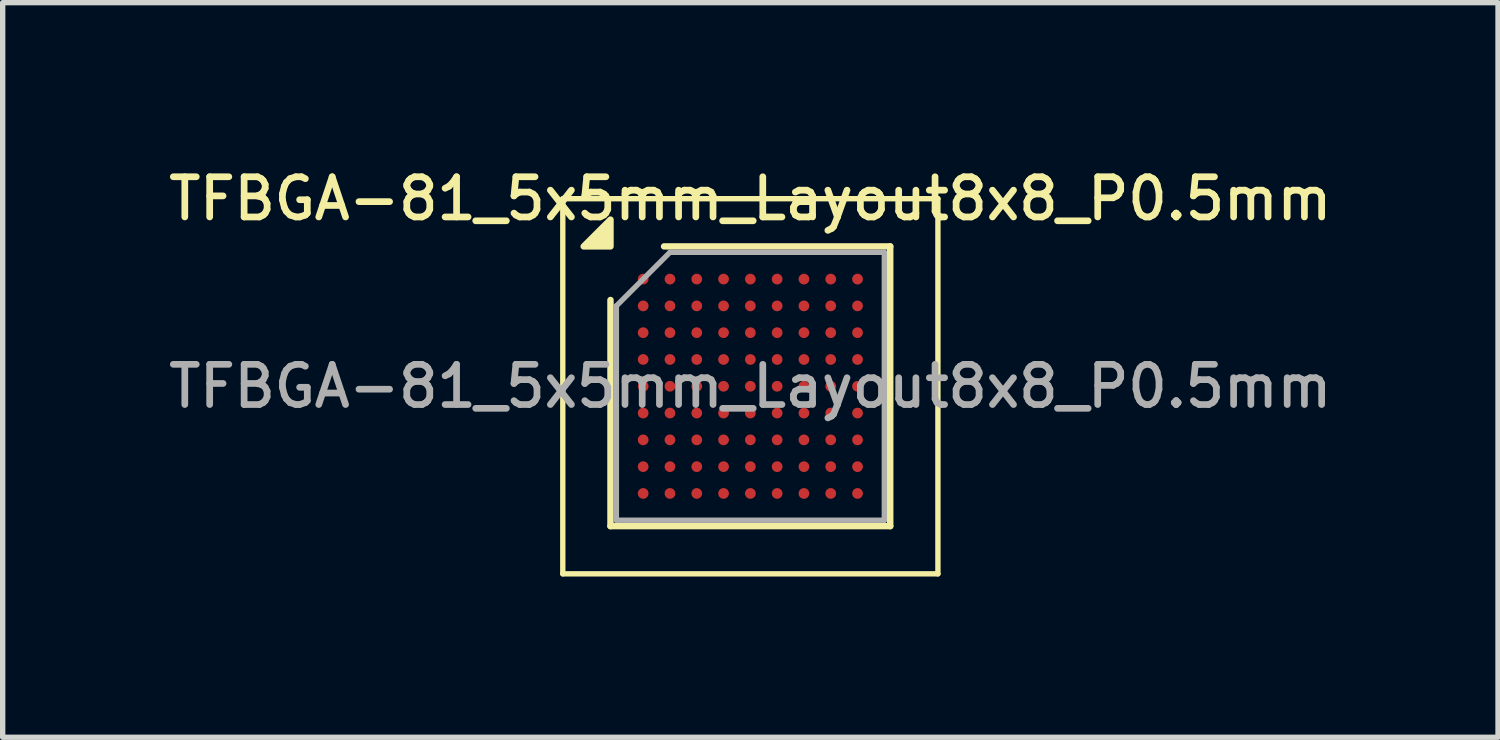
<source format=kicad_pcb>
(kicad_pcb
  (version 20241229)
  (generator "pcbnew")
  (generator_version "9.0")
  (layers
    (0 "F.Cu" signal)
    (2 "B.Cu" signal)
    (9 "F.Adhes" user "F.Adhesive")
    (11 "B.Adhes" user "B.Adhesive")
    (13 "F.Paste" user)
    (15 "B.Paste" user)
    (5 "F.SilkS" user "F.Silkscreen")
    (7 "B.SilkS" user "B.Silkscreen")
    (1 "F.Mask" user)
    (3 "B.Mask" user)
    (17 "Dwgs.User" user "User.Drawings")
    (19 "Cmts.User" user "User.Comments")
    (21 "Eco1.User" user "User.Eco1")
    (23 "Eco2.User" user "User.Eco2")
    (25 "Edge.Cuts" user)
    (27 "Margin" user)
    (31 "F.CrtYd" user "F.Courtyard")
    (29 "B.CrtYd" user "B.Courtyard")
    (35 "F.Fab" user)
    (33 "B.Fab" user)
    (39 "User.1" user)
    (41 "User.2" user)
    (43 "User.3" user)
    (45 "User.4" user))
  (footprint "TFBGA-81_5x5mm_Layout8x8_P0.5mm"
    (layer "F.Cu")
    (at 10.952 4.158)
    (property "Reference" "TFBGA-81_5x5mm_Layout8x8_P0.5mm" (at 0 -3.5 0) (layer "F.SilkS") (effects (font (size 0.75 0.75) (thickness 0.125))))
    (attr smd)
    (fp_line (start -3.5 -3.5) (end -3.5 3.5) (stroke (width 0.1) (type solid)) (layer "F.SilkS"))
    (fp_line (start -3.5 3.5) (end 3.5 3.5) (stroke (width 0.1) (type solid)) (layer "F.SilkS"))
    (fp_line (start -2.61 2.61) (end -2.61 -1.61) (stroke (width 0.12) (type solid)) (layer "F.SilkS"))
    (fp_line (start -1.61 -2.61) (end 2.61 -2.61) (stroke (width 0.12) (type solid)) (layer "F.SilkS"))
    (fp_line (start 2.61 -2.61) (end 2.61 2.61) (stroke (width 0.12) (type solid)) (layer "F.SilkS"))
    (fp_line (start 2.61 2.61) (end -2.61 2.61) (stroke (width 0.12) (type solid)) (layer "F.SilkS"))
    (fp_line (start 3.5 -3.5) (end -3.5 -3.5) (stroke (width 0.1) (type solid)) (layer "F.SilkS"))
    (fp_line (start 3.5 3.5) (end 3.5 -3.5) (stroke (width 0.1) (type solid)) (layer "F.SilkS"))
    (fp_poly (pts (xy -2.61 -2.61) (xy -3.11 -2.61) (xy -2.61 -3.11) (xy -2.61 -2.61)) (stroke (width 0.12) (type solid)) (fill yes) (layer "F.SilkS"))
    (fp_line (start -2.5 -1.5) (end -1.5 -2.5) (stroke (width 0.1) (type solid)) (layer "F.Fab"))
    (fp_line (start -2.5 2.5) (end -2.5 -1.5) (stroke (width 0.1) (type solid)) (layer "F.Fab"))
    (fp_line (start -1.5 -2.5) (end 2.5 -2.5) (stroke (width 0.1) (type solid)) (layer "F.Fab"))
    (fp_line (start 2.5 -2.5) (end 2.5 2.5) (stroke (width 0.1) (type solid)) (layer "F.Fab"))
    (fp_line (start 2.5 2.5) (end -2.5 2.5) (stroke (width 0.1) (type solid)) (layer "F.Fab"))
    (fp_text user "${REFERENCE}" (at 0 0 0) (layer "F.Fab") (effects (font (size 0.75 0.75) (thickness 0.125))))
    (pad "A1" smd circle (at -2 -2) (size 0.2 0.2) (property pad_prop_bga) (layers "F.Cu" "F.Mask" "F.Paste"))
    (pad "A2" smd circle (at -1.5 -2) (size 0.2 0.2) (property pad_prop_bga) (layers "F.Cu" "F.Mask" "F.Paste"))
    (pad "A3" smd circle (at -1 -2) (size 0.2 0.2) (property pad_prop_bga) (layers "F.Cu" "F.Mask" "F.Paste"))
    (pad "A4" smd circle (at -0.5 -2) (size 0.2 0.2) (property pad_prop_bga) (layers "F.Cu" "F.Mask" "F.Paste"))
    (pad "A5" smd circle (at 0 -2) (size 0.2 0.2) (property pad_prop_bga) (layers "F.Cu" "F.Mask" "F.Paste"))
    (pad "A6" smd circle (at 0.5 -2) (size 0.2 0.2) (property pad_prop_bga) (layers "F.Cu" "F.Mask" "F.Paste"))
    (pad "A7" smd circle (at 1 -2) (size 0.2 0.2) (property pad_prop_bga) (layers "F.Cu" "F.Mask" "F.Paste"))
    (pad "A8" smd circle (at 1.5 -2) (size 0.2 0.2) (property pad_prop_bga) (layers "F.Cu" "F.Mask" "F.Paste"))
    (pad "A9" smd circle (at 2 -2) (size 0.2 0.2) (property pad_prop_bga) (layers "F.Cu" "F.Mask" "F.Paste"))
    (pad "B1" smd circle (at -2 -1.5) (size 0.2 0.2) (property pad_prop_bga) (layers "F.Cu" "F.Mask" "F.Paste"))
    (pad "B2" smd circle (at -1.5 -1.5) (size 0.2 0.2) (property pad_prop_bga) (layers "F.Cu" "F.Mask" "F.Paste"))
    (pad "B3" smd circle (at -1 -1.5) (size 0.2 0.2) (property pad_prop_bga) (layers "F.Cu" "F.Mask" "F.Paste"))
    (pad "B4" smd circle (at -0.5 -1.5) (size 0.2 0.2) (property pad_prop_bga) (layers "F.Cu" "F.Mask" "F.Paste"))
    (pad "B5" smd circle (at 0 -1.5) (size 0.2 0.2) (property pad_prop_bga) (layers "F.Cu" "F.Mask" "F.Paste"))
    (pad "B6" smd circle (at 0.5 -1.5) (size 0.2 0.2) (property pad_prop_bga) (layers "F.Cu" "F.Mask" "F.Paste"))
    (pad "B7" smd circle (at 1 -1.5) (size 0.2 0.2) (property pad_prop_bga) (layers "F.Cu" "F.Mask" "F.Paste"))
    (pad "B8" smd circle (at 1.5 -1.5) (size 0.2 0.2) (property pad_prop_bga) (layers "F.Cu" "F.Mask" "F.Paste"))
    (pad "B9" smd circle (at 2 -1.5) (size 0.2 0.2) (property pad_prop_bga) (layers "F.Cu" "F.Mask" "F.Paste"))
    (pad "C1" smd circle (at -2 -1) (size 0.2 0.2) (property pad_prop_bga) (layers "F.Cu" "F.Mask" "F.Paste"))
    (pad "C2" smd circle (at -1.5 -1) (size 0.2 0.2) (property pad_prop_bga) (layers "F.Cu" "F.Mask" "F.Paste"))
    (pad "C3" smd circle (at -1 -1) (size 0.2 0.2) (property pad_prop_bga) (layers "F.Cu" "F.Mask" "F.Paste"))
    (pad "C4" smd circle (at -0.5 -1) (size 0.2 0.2) (property pad_prop_bga) (layers "F.Cu" "F.Mask" "F.Paste"))
    (pad "C5" smd circle (at 0 -1) (size 0.2 0.2) (property pad_prop_bga) (layers "F.Cu" "F.Mask" "F.Paste"))
    (pad "C6" smd circle (at 0.5 -1) (size 0.2 0.2) (property pad_prop_bga) (layers "F.Cu" "F.Mask" "F.Paste"))
    (pad "C7" smd circle (at 1 -1) (size 0.2 0.2) (property pad_prop_bga) (layers "F.Cu" "F.Mask" "F.Paste"))
    (pad "C8" smd circle (at 1.5 -1) (size 0.2 0.2) (property pad_prop_bga) (layers "F.Cu" "F.Mask" "F.Paste"))
    (pad "C9" smd circle (at 2 -1) (size 0.2 0.2) (property pad_prop_bga) (layers "F.Cu" "F.Mask" "F.Paste"))
    (pad "D1" smd circle (at -2 -0.5) (size 0.2 0.2) (property pad_prop_bga) (layers "F.Cu" "F.Mask" "F.Paste"))
    (pad "D2" smd circle (at -1.5 -0.5) (size 0.2 0.2) (property pad_prop_bga) (layers "F.Cu" "F.Mask" "F.Paste"))
    (pad "D3" smd circle (at -1 -0.5) (size 0.2 0.2) (property pad_prop_bga) (layers "F.Cu" "F.Mask" "F.Paste"))
    (pad "D4" smd circle (at -0.5 -0.5) (size 0.2 0.2) (property pad_prop_bga) (layers "F.Cu" "F.Mask" "F.Paste"))
    (pad "D5" smd circle (at 0 -0.5) (size 0.2 0.2) (property pad_prop_bga) (layers "F.Cu" "F.Mask" "F.Paste"))
    (pad "D6" smd circle (at 0.5 -0.5) (size 0.2 0.2) (property pad_prop_bga) (layers "F.Cu" "F.Mask" "F.Paste"))
    (pad "D7" smd circle (at 1 -0.5) (size 0.2 0.2) (property pad_prop_bga) (layers "F.Cu" "F.Mask" "F.Paste"))
    (pad "D8" smd circle (at 1.5 -0.5) (size 0.2 0.2) (property pad_prop_bga) (layers "F.Cu" "F.Mask" "F.Paste"))
    (pad "D9" smd circle (at 2 -0.5) (size 0.2 0.2) (property pad_prop_bga) (layers "F.Cu" "F.Mask" "F.Paste"))
    (pad "E1" smd circle (at -2 0) (size 0.2 0.2) (property pad_prop_bga) (layers "F.Cu" "F.Mask" "F.Paste"))
    (pad "E2" smd circle (at -1.5 0) (size 0.2 0.2) (property pad_prop_bga) (layers "F.Cu" "F.Mask" "F.Paste"))
    (pad "E3" smd circle (at -1 0) (size 0.2 0.2) (property pad_prop_bga) (layers "F.Cu" "F.Mask" "F.Paste"))
    (pad "E4" smd circle (at -0.5 0) (size 0.2 0.2) (property pad_prop_bga) (layers "F.Cu" "F.Mask" "F.Paste"))
    (pad "E5" smd circle (at 0 0) (size 0.2 0.2) (property pad_prop_bga) (layers "F.Cu" "F.Mask" "F.Paste"))
    (pad "E6" smd circle (at 0.5 0) (size 0.2 0.2) (property pad_prop_bga) (layers "F.Cu" "F.Mask" "F.Paste"))
    (pad "E7" smd circle (at 1 0) (size 0.2 0.2) (property pad_prop_bga) (layers "F.Cu" "F.Mask" "F.Paste"))
    (pad "E8" smd circle (at 1.5 0) (size 0.2 0.2) (property pad_prop_bga) (layers "F.Cu" "F.Mask" "F.Paste"))
    (pad "E9" smd circle (at 2 0) (size 0.2 0.2) (property pad_prop_bga) (layers "F.Cu" "F.Mask" "F.Paste"))
    (pad "F1" smd circle (at -2 0.5) (size 0.2 0.2) (property pad_prop_bga) (layers "F.Cu" "F.Mask" "F.Paste"))
    (pad "F2" smd circle (at -1.5 0.5) (size 0.2 0.2) (property pad_prop_bga) (layers "F.Cu" "F.Mask" "F.Paste"))
    (pad "F3" smd circle (at -1 0.5) (size 0.2 0.2) (property pad_prop_bga) (layers "F.Cu" "F.Mask" "F.Paste"))
    (pad "F4" smd circle (at -0.5 0.5) (size 0.2 0.2) (property pad_prop_bga) (layers "F.Cu" "F.Mask" "F.Paste"))
    (pad "F5" smd circle (at 0 0.5) (size 0.2 0.2) (property pad_prop_bga) (layers "F.Cu" "F.Mask" "F.Paste"))
    (pad "F6" smd circle (at 0.5 0.5) (size 0.2 0.2) (property pad_prop_bga) (layers "F.Cu" "F.Mask" "F.Paste"))
    (pad "F7" smd circle (at 1 0.5) (size 0.2 0.2) (property pad_prop_bga) (layers "F.Cu" "F.Mask" "F.Paste"))
    (pad "F8" smd circle (at 1.5 0.5) (size 0.2 0.2) (property pad_prop_bga) (layers "F.Cu" "F.Mask" "F.Paste"))
    (pad "F9" smd circle (at 2 0.5) (size 0.2 0.2) (property pad_prop_bga) (layers "F.Cu" "F.Mask" "F.Paste"))
    (pad "G1" smd circle (at -2 1) (size 0.2 0.2) (property pad_prop_bga) (layers "F.Cu" "F.Mask" "F.Paste"))
    (pad "G2" smd circle (at -1.5 1) (size 0.2 0.2) (property pad_prop_bga) (layers "F.Cu" "F.Mask" "F.Paste"))
    (pad "G3" smd circle (at -1 1) (size 0.2 0.2) (property pad_prop_bga) (layers "F.Cu" "F.Mask" "F.Paste"))
    (pad "G4" smd circle (at -0.5 1) (size 0.2 0.2) (property pad_prop_bga) (layers "F.Cu" "F.Mask" "F.Paste"))
    (pad "G5" smd circle (at 0 1) (size 0.2 0.2) (property pad_prop_bga) (layers "F.Cu" "F.Mask" "F.Paste"))
    (pad "G6" smd circle (at 0.5 1) (size 0.2 0.2) (property pad_prop_bga) (layers "F.Cu" "F.Mask" "F.Paste"))
    (pad "G7" smd circle (at 1 1) (size 0.2 0.2) (property pad_prop_bga) (layers "F.Cu" "F.Mask" "F.Paste"))
    (pad "G8" smd circle (at 1.5 1) (size 0.2 0.2) (property pad_prop_bga) (layers "F.Cu" "F.Mask" "F.Paste"))
    (pad "G9" smd circle (at 2 1) (size 0.2 0.2) (property pad_prop_bga) (layers "F.Cu" "F.Mask" "F.Paste"))
    (pad "H1" smd circle (at -2 1.5) (size 0.2 0.2) (property pad_prop_bga) (layers "F.Cu" "F.Mask" "F.Paste"))
    (pad "H2" smd circle (at -1.5 1.5) (size 0.2 0.2) (property pad_prop_bga) (layers "F.Cu" "F.Mask" "F.Paste"))
    (pad "H3" smd circle (at -1 1.5) (size 0.2 0.2) (property pad_prop_bga) (layers "F.Cu" "F.Mask" "F.Paste"))
    (pad "H4" smd circle (at -0.5 1.5) (size 0.2 0.2) (property pad_prop_bga) (layers "F.Cu" "F.Mask" "F.Paste"))
    (pad "H5" smd circle (at 0 1.5) (size 0.2 0.2) (property pad_prop_bga) (layers "F.Cu" "F.Mask" "F.Paste"))
    (pad "H6" smd circle (at 0.5 1.5) (size 0.2 0.2) (property pad_prop_bga) (layers "F.Cu" "F.Mask" "F.Paste"))
    (pad "H7" smd circle (at 1 1.5) (size 0.2 0.2) (property pad_prop_bga) (layers "F.Cu" "F.Mask" "F.Paste"))
    (pad "H8" smd circle (at 1.5 1.5) (size 0.2 0.2) (property pad_prop_bga) (layers "F.Cu" "F.Mask" "F.Paste"))
    (pad "H9" smd circle (at 2 1.5) (size 0.2 0.2) (property pad_prop_bga) (layers "F.Cu" "F.Mask" "F.Paste"))
    (pad "J1" smd circle (at -2 2) (size 0.2 0.2) (property pad_prop_bga) (layers "F.Cu" "F.Mask" "F.Paste"))
    (pad "J2" smd circle (at -1.5 2) (size 0.2 0.2) (property pad_prop_bga) (layers "F.Cu" "F.Mask" "F.Paste"))
    (pad "J3" smd circle (at -1 2) (size 0.2 0.2) (property pad_prop_bga) (layers "F.Cu" "F.Mask" "F.Paste"))
    (pad "J4" smd circle (at -0.5 2) (size 0.2 0.2) (property pad_prop_bga) (layers "F.Cu" "F.Mask" "F.Paste"))
    (pad "J5" smd circle (at 0 2) (size 0.2 0.2) (property pad_prop_bga) (layers "F.Cu" "F.Mask" "F.Paste"))
    (pad "J6" smd circle (at 0.5 2) (size 0.2 0.2) (property pad_prop_bga) (layers "F.Cu" "F.Mask" "F.Paste"))
    (pad "J7" smd circle (at 1 2) (size 0.2 0.2) (property pad_prop_bga) (layers "F.Cu" "F.Mask" "F.Paste"))
    (pad "J8" smd circle (at 1.5 2) (size 0.2 0.2) (property pad_prop_bga) (layers "F.Cu" "F.Mask" "F.Paste"))
    (pad "J9" smd circle (at 2 2) (size 0.2 0.2) (property pad_prop_bga) (layers "F.Cu" "F.Mask" "F.Paste")))
  (gr_rect
    (start -3 -3)
    (end 24.904 10.708)
    (stroke (width 0.1) (type default))
    (fill no)
    (layer "Edge.Cuts")))
</source>
